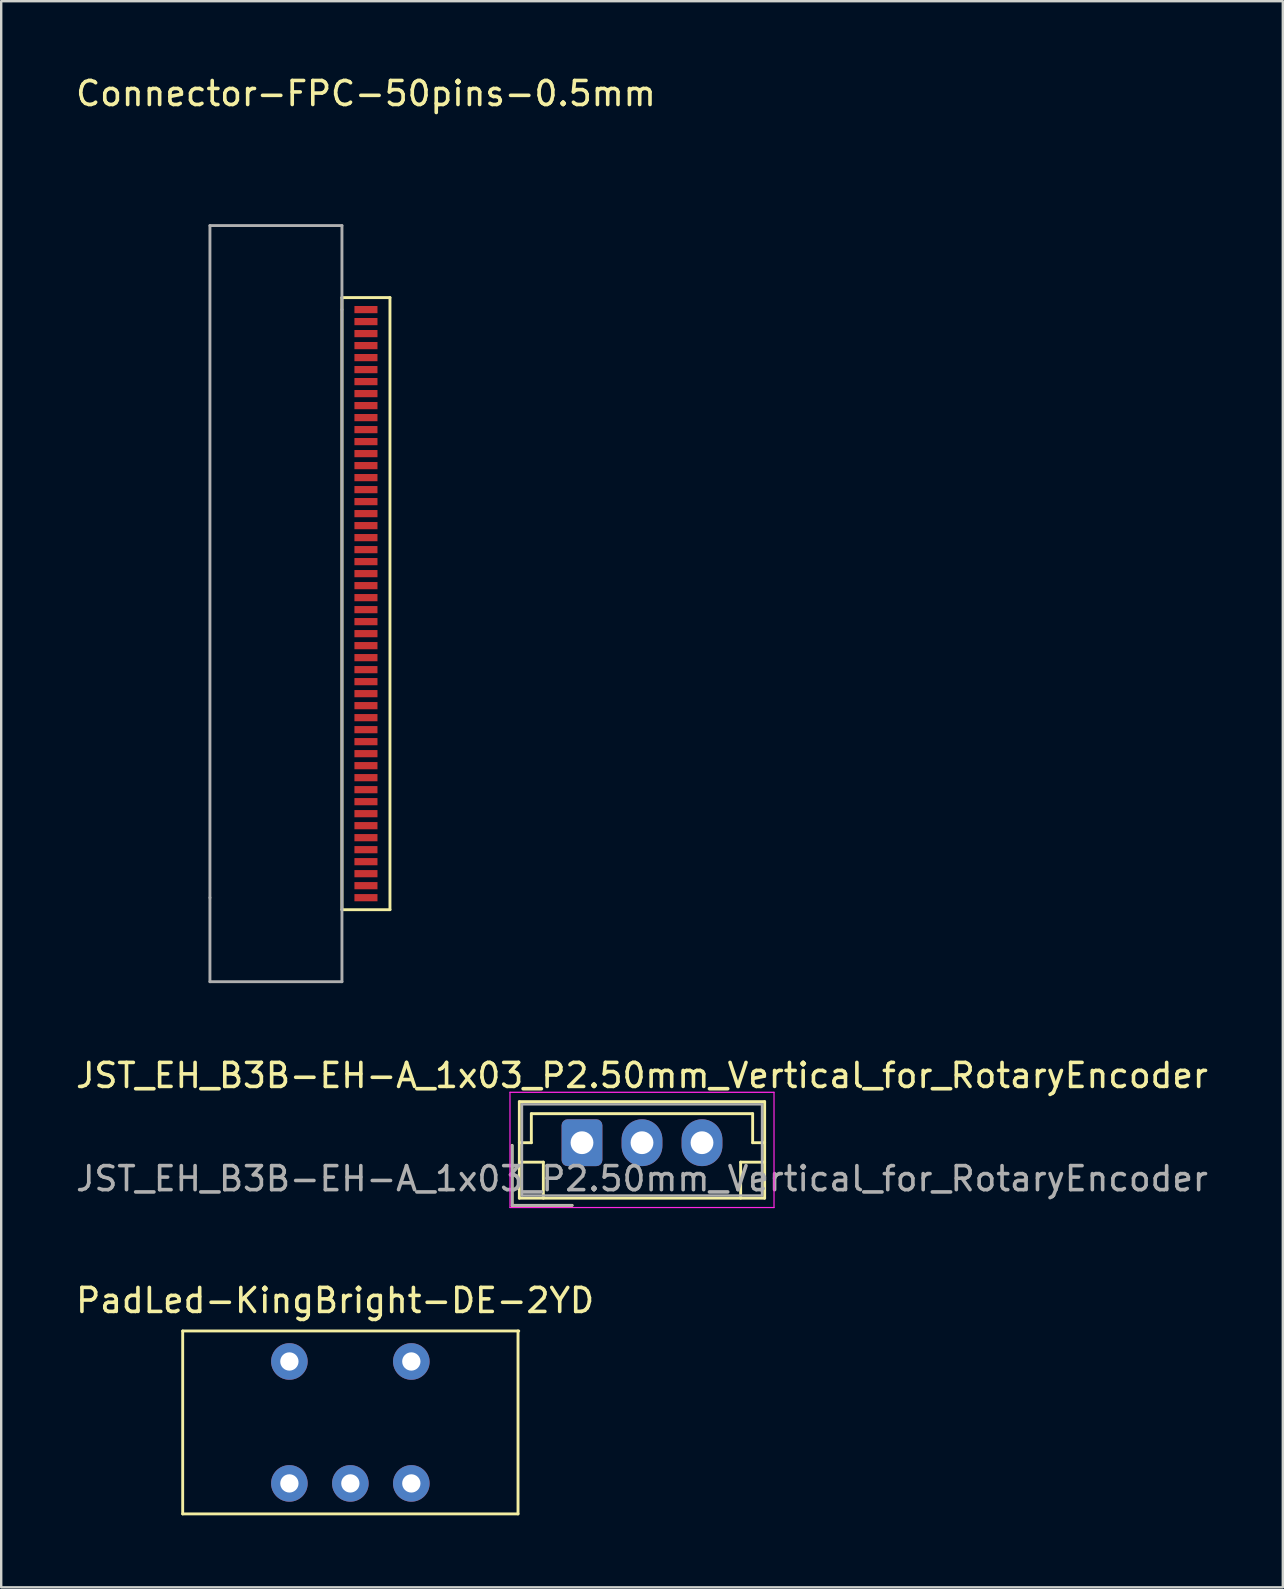
<source format=kicad_pcb>
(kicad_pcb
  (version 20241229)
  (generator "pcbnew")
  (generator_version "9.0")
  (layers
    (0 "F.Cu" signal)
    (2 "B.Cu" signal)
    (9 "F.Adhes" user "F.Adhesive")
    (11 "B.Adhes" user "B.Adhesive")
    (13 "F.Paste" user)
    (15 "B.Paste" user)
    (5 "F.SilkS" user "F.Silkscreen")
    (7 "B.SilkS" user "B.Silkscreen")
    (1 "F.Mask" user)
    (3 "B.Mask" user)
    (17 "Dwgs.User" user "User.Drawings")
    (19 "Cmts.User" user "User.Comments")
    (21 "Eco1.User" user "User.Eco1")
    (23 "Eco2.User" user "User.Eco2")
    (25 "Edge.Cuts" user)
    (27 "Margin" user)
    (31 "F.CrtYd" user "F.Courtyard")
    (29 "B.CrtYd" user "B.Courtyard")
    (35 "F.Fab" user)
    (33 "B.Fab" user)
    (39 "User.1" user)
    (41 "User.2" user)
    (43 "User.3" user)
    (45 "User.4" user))
  (footprint "JST_EH_B3B-EH-A_1x03_P2.50mm_Vertical_for_RotaryEncoder"
    (layer "F.Cu")
    (at 21.196 44.556)
    (property "Reference" "JST_EH_B3B-EH-A_1x03_P2.50mm_Vertical_for_RotaryEncoder" (at 2.5 -2.8 0) (layer "F.SilkS") (effects (font (size 1 1) (thickness 0.15))))
    (attr through_hole)
    (fp_line (start -2.91 0.11) (end -2.91 2.61) (stroke (width 0.12) (type solid)) (layer "F.SilkS"))
    (fp_line (start -2.91 2.61) (end -0.41 2.61) (stroke (width 0.12) (type solid)) (layer "F.SilkS"))
    (fp_line (start -2.61 -1.71) (end -2.61 2.31) (stroke (width 0.12) (type solid)) (layer "F.SilkS"))
    (fp_line (start -2.61 0) (end -2.11 0) (stroke (width 0.12) (type solid)) (layer "F.SilkS"))
    (fp_line (start -2.61 0.81) (end -1.61 0.81) (stroke (width 0.12) (type solid)) (layer "F.SilkS"))
    (fp_line (start -2.61 2.31) (end 7.61 2.31) (stroke (width 0.12) (type solid)) (layer "F.SilkS"))
    (fp_line (start -2.11 -1.21) (end 7.11 -1.21) (stroke (width 0.12) (type solid)) (layer "F.SilkS"))
    (fp_line (start -2.11 0) (end -2.11 -1.21) (stroke (width 0.12) (type solid)) (layer "F.SilkS"))
    (fp_line (start -1.61 0.81) (end -1.61 2.31) (stroke (width 0.12) (type solid)) (layer "F.SilkS"))
    (fp_line (start 6.61 0.81) (end 6.61 2.31) (stroke (width 0.12) (type solid)) (layer "F.SilkS"))
    (fp_line (start 7.11 -1.21) (end 7.11 0) (stroke (width 0.12) (type solid)) (layer "F.SilkS"))
    (fp_line (start 7.11 0) (end 7.61 0) (stroke (width 0.12) (type solid)) (layer "F.SilkS"))
    (fp_line (start 7.61 -1.71) (end -2.61 -1.71) (stroke (width 0.12) (type solid)) (layer "F.SilkS"))
    (fp_line (start 7.61 0.81) (end 6.61 0.81) (stroke (width 0.12) (type solid)) (layer "F.SilkS"))
    (fp_line (start 7.61 2.31) (end 7.61 -1.71) (stroke (width 0.12) (type solid)) (layer "F.SilkS"))
    (fp_line (start -3 -2.1) (end -3 2.7) (stroke (width 0.05) (type solid)) (layer "F.CrtYd"))
    (fp_line (start -3 2.7) (end 8 2.7) (stroke (width 0.05) (type solid)) (layer "F.CrtYd"))
    (fp_line (start 8 -2.1) (end -3 -2.1) (stroke (width 0.05) (type solid)) (layer "F.CrtYd"))
    (fp_line (start 8 2.7) (end 8 -2.1) (stroke (width 0.05) (type solid)) (layer "F.CrtYd"))
    (fp_line (start -2.91 0.11) (end -2.91 2.61) (stroke (width 0.1) (type solid)) (layer "F.Fab"))
    (fp_line (start -2.91 2.61) (end -0.41 2.61) (stroke (width 0.1) (type solid)) (layer "F.Fab"))
    (fp_line (start -2.5 -1.6) (end -2.5 2.2) (stroke (width 0.1) (type solid)) (layer "F.Fab"))
    (fp_line (start -2.5 2.2) (end 7.5 2.2) (stroke (width 0.1) (type solid)) (layer "F.Fab"))
    (fp_line (start 7.5 -1.6) (end -2.5 -1.6) (stroke (width 0.1) (type solid)) (layer "F.Fab"))
    (fp_line (start 7.5 2.2) (end 7.5 -1.6) (stroke (width 0.1) (type solid)) (layer "F.Fab"))
    (fp_text user "${REFERENCE}" (at 2.5 1.5 0) (layer "F.Fab") (effects (font (size 1 1) (thickness 0.15))))
    (pad "A" thru_hole roundrect (at 0 0) (size 1.7 1.95) (drill 0.95) (layers "*.Cu" "*.Mask") (roundrect_rratio 0.147))
    (pad "B" thru_hole oval (at 2.5 0) (size 1.7 1.95) (drill 0.95) (layers "*.Cu" "*.Mask"))
    (pad "C" thru_hole oval (at 5 0) (size 1.7 1.95) (drill 0.95) (layers "*.Cu" "*.Mask")))
  (footprint "Connector-FPC-50pins-0.5mm"
    (layer "F.Cu")
    (at 12.196 21.848)
    (property "Reference" "Connector-FPC-50pins-0.5mm" (at 0 -21 0) (layer "F.SilkS") (effects (font (size 1 1) (thickness 0.15))))
    (attr through_hole)
    (fp_line (start -1 -12.5) (end -1 13) (stroke (width 0.12) (type solid)) (layer "F.SilkS"))
    (fp_line (start -1 13) (end 1 13) (stroke (width 0.12) (type solid)) (layer "F.SilkS"))
    (fp_line (start 1 -12.5) (end -1 -12.5) (stroke (width 0.12) (type solid)) (layer "F.SilkS"))
    (fp_line (start 1 13) (end 1 -12.5) (stroke (width 0.12) (type solid)) (layer "F.SilkS"))
    (fp_line (start -6.5 -15.5) (end -6.5 12.5) (stroke (width 0.12) (type solid)) (layer "F.Fab"))
    (fp_line (start -6.5 12.5) (end -6.5 16) (stroke (width 0.12) (type solid)) (layer "F.Fab"))
    (fp_line (start -6.5 16) (end -1 16) (stroke (width 0.12) (type solid)) (layer "F.Fab"))
    (fp_line (start -1 -15.5) (end -6.5 -15.5) (stroke (width 0.12) (type solid)) (layer "F.Fab"))
    (fp_line (start -1 -12) (end -1 -15.5) (stroke (width 0.12) (type solid)) (layer "F.Fab"))
    (fp_line (start -1 16) (end -1 -12) (stroke (width 0.12) (type solid)) (layer "F.Fab"))
    (pad "1" smd rect (at 0 -12) (size 0.96 0.3) (layers "F.Cu" "F.Mask" "F.Paste"))
    (pad "2" smd rect (at 0 -11.5) (size 0.96 0.3) (layers "F.Cu" "F.Mask" "F.Paste"))
    (pad "3" smd rect (at 0 -11) (size 0.96 0.3) (layers "F.Cu" "F.Mask" "F.Paste"))
    (pad "4" smd rect (at 0 -10.5) (size 0.96 0.3) (layers "F.Cu" "F.Mask" "F.Paste"))
    (pad "5" smd rect (at 0 -10) (size 0.96 0.3) (layers "F.Cu" "F.Mask" "F.Paste"))
    (pad "6" smd rect (at 0 -9.5) (size 0.96 0.3) (layers "F.Cu" "F.Mask" "F.Paste"))
    (pad "7" smd rect (at 0 -9) (size 0.96 0.3) (layers "F.Cu" "F.Mask" "F.Paste"))
    (pad "8" smd rect (at 0 -8.5) (size 0.96 0.3) (layers "F.Cu" "F.Mask" "F.Paste"))
    (pad "9" smd rect (at 0 -8) (size 0.96 0.3) (layers "F.Cu" "F.Mask" "F.Paste"))
    (pad "10" smd rect (at 0 -7.5) (size 0.96 0.3) (layers "F.Cu" "F.Mask" "F.Paste"))
    (pad "11" smd rect (at 0 -7) (size 0.96 0.3) (layers "F.Cu" "F.Mask" "F.Paste"))
    (pad "12" smd rect (at 0 -6.5) (size 0.96 0.3) (layers "F.Cu" "F.Mask" "F.Paste"))
    (pad "13" smd rect (at 0 -6) (size 0.96 0.3) (layers "F.Cu" "F.Mask" "F.Paste"))
    (pad "14" smd rect (at 0 -5.5) (size 0.96 0.3) (layers "F.Cu" "F.Mask" "F.Paste"))
    (pad "15" smd rect (at 0 -5) (size 0.96 0.3) (layers "F.Cu" "F.Mask" "F.Paste"))
    (pad "16" smd rect (at 0 -4.5) (size 0.96 0.3) (layers "F.Cu" "F.Mask" "F.Paste"))
    (pad "17" smd rect (at 0 -4) (size 0.96 0.3) (layers "F.Cu" "F.Mask" "F.Paste"))
    (pad "18" smd rect (at 0 -3.5) (size 0.96 0.3) (layers "F.Cu" "F.Mask" "F.Paste"))
    (pad "19" smd rect (at 0 -3) (size 0.96 0.3) (layers "F.Cu" "F.Mask" "F.Paste"))
    (pad "20" smd rect (at 0 -2.5) (size 0.96 0.3) (layers "F.Cu" "F.Mask" "F.Paste"))
    (pad "21" smd rect (at 0 -2) (size 0.96 0.3) (layers "F.Cu" "F.Mask" "F.Paste"))
    (pad "22" smd rect (at 0 -1.5) (size 0.96 0.3) (layers "F.Cu" "F.Mask" "F.Paste"))
    (pad "23" smd rect (at 0 -1) (size 0.96 0.3) (layers "F.Cu" "F.Mask" "F.Paste"))
    (pad "24" smd rect (at 0 -0.5) (size 0.96 0.3) (layers "F.Cu" "F.Mask" "F.Paste"))
    (pad "25" smd rect (at 0 0) (size 0.96 0.3) (layers "F.Cu" "F.Mask" "F.Paste"))
    (pad "26" smd rect (at 0 0.5) (size 0.96 0.3) (layers "F.Cu" "F.Mask" "F.Paste"))
    (pad "27" smd rect (at 0 1) (size 0.96 0.3) (layers "F.Cu" "F.Mask" "F.Paste"))
    (pad "28" smd rect (at 0 1.5) (size 0.96 0.3) (layers "F.Cu" "F.Mask" "F.Paste"))
    (pad "29" smd rect (at 0 2) (size 0.96 0.3) (layers "F.Cu" "F.Mask" "F.Paste"))
    (pad "30" smd rect (at 0 2.5) (size 0.96 0.3) (layers "F.Cu" "F.Mask" "F.Paste"))
    (pad "31" smd rect (at 0 3) (size 0.96 0.3) (layers "F.Cu" "F.Mask" "F.Paste"))
    (pad "32" smd rect (at 0 3.5) (size 0.96 0.3) (layers "F.Cu" "F.Mask" "F.Paste"))
    (pad "33" smd rect (at 0 4) (size 0.96 0.3) (layers "F.Cu" "F.Mask" "F.Paste"))
    (pad "34" smd rect (at 0 4.5) (size 0.96 0.3) (layers "F.Cu" "F.Mask" "F.Paste"))
    (pad "35" smd rect (at 0 5) (size 0.96 0.3) (layers "F.Cu" "F.Mask" "F.Paste"))
    (pad "36" smd rect (at 0 5.5) (size 0.96 0.3) (layers "F.Cu" "F.Mask" "F.Paste"))
    (pad "37" smd rect (at 0 6) (size 0.96 0.3) (layers "F.Cu" "F.Mask" "F.Paste"))
    (pad "38" smd rect (at 0 6.5) (size 0.96 0.3) (layers "F.Cu" "F.Mask" "F.Paste"))
    (pad "39" smd rect (at 0 7) (size 0.96 0.3) (layers "F.Cu" "F.Mask" "F.Paste"))
    (pad "40" smd rect (at 0 7.5) (size 0.96 0.3) (layers "F.Cu" "F.Mask" "F.Paste"))
    (pad "41" smd rect (at 0 8) (size 0.96 0.3) (layers "F.Cu" "F.Mask" "F.Paste"))
    (pad "42" smd rect (at 0 8.5) (size 0.96 0.3) (layers "F.Cu" "F.Mask" "F.Paste"))
    (pad "43" smd rect (at 0 9) (size 0.96 0.3) (layers "F.Cu" "F.Mask" "F.Paste"))
    (pad "44" smd rect (at 0 9.5) (size 0.96 0.3) (layers "F.Cu" "F.Mask" "F.Paste"))
    (pad "45" smd rect (at 0 10) (size 0.96 0.3) (layers "F.Cu" "F.Mask" "F.Paste"))
    (pad "46" smd rect (at 0 10.5) (size 0.96 0.3) (layers "F.Cu" "F.Mask" "F.Paste"))
    (pad "47" smd rect (at 0 11) (size 0.96 0.3) (layers "F.Cu" "F.Mask" "F.Paste"))
    (pad "48" smd rect (at 0 11.5) (size 0.96 0.3) (layers "F.Cu" "F.Mask" "F.Paste"))
    (pad "49" smd rect (at 0 12) (size 0.96 0.3) (layers "F.Cu" "F.Mask" "F.Paste"))
    (pad "50" smd rect (at 0 12.5) (size 0.96 0.3) (layers "F.Cu" "F.Mask" "F.Paste")))
  (footprint "PadLed-KingBright-DE-2YD"
    (layer "F.Cu")
    (at 11.546 56.21)
    (property "Reference" "PadLed-KingBright-DE-2YD" (at -0.635 -5.08 0) (layer "F.SilkS") (effects (font (size 1 1) (thickness 0.15))))
    (attr through_hole)
    (fp_line (start -6.985 -3.81) (end -6.985 3.81) (stroke (width 0.12) (type solid)) (layer "F.SilkS"))
    (fp_line (start -6.985 3.81) (end 6.985 3.81) (stroke (width 0.12) (type solid)) (layer "F.SilkS"))
    (fp_line (start 6.985 3.81) (end 6.985 -3.81) (stroke (width 0.12) (type solid)) (layer "F.SilkS"))
    (fp_line (start 7.015 -3.81) (end -6.985 -3.81) (stroke (width 0.12) (type solid)) (layer "F.SilkS"))
    (pad "1" thru_hole circle (at 2.54 -2.54) (size 1.524 1.524) (drill 0.762) (layers "*.Cu" "*.Mask"))
    (pad "3" thru_hole circle (at -2.54 -2.54) (size 1.524 1.524) (drill 0.762) (layers "*.Cu" "*.Mask"))
    (pad "4" thru_hole circle (at -2.54 2.54) (size 1.524 1.524) (drill 0.762) (layers "*.Cu" "*.Mask"))
    (pad "5" thru_hole circle (at 0 2.54) (size 1.524 1.524) (drill 0.762) (layers "*.Cu" "*.Mask"))
    (pad "6" thru_hole circle (at 2.54 2.54) (size 1.524 1.524) (drill 0.762) (layers "*.Cu" "*.Mask")))
  (gr_rect
    (start -3 -3)
    (end 50.393 63.08)
    (stroke (width 0.1) (type default))
    (fill no)
    (layer "Edge.Cuts")))
</source>
